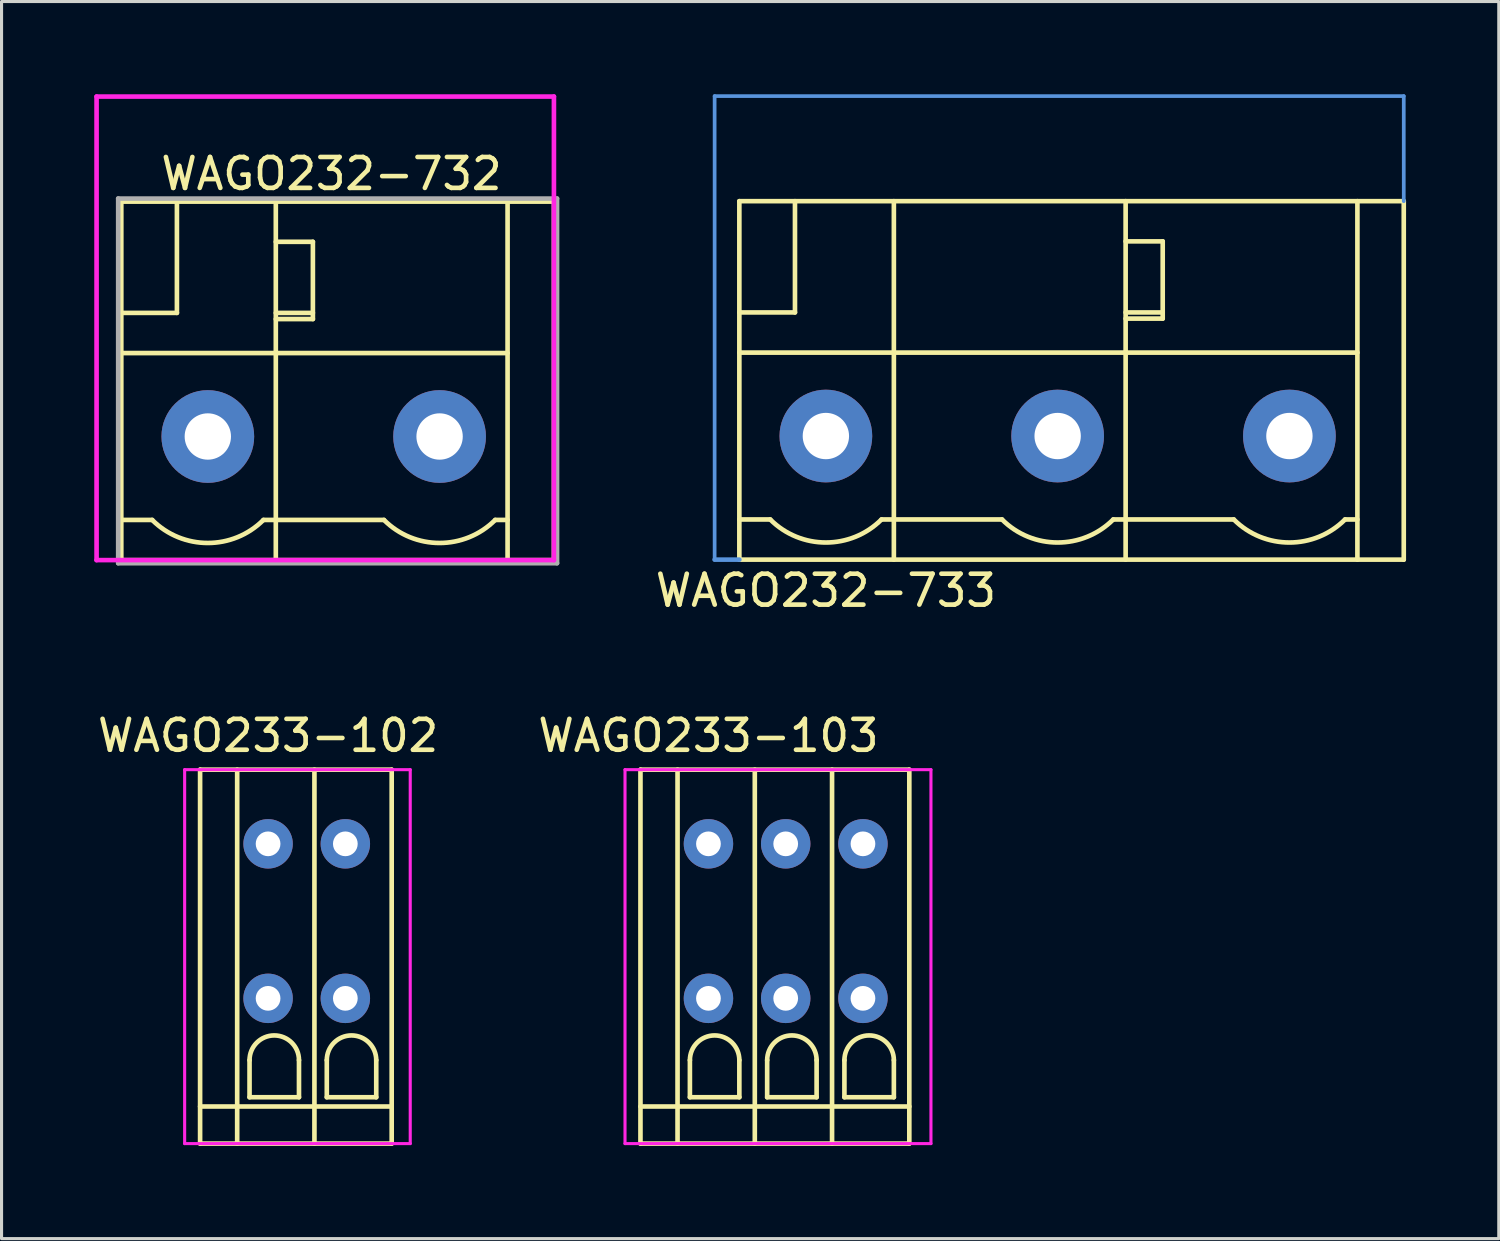
<source format=kicad_pcb>
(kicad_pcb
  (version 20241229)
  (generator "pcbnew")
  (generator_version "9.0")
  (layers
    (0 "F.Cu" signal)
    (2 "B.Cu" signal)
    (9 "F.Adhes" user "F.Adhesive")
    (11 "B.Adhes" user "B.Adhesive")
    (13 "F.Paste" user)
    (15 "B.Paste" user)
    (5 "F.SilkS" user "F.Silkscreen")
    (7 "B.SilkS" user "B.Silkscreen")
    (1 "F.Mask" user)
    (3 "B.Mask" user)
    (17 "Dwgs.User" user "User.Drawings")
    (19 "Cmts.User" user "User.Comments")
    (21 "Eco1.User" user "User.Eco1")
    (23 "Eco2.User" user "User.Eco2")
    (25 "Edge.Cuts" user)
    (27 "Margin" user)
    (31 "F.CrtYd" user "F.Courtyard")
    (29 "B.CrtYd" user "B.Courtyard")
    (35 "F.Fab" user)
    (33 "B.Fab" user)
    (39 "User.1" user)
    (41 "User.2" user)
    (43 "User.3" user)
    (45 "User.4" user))
  (footprint "WAGO233-102"
    (layer "F.Cu")
    (at 5.625 29.256)
    (property "Reference" "WAGO233-102" (at 0 -8.5 0) (layer "F.SilkS") (effects (font (size 1 1) (thickness 0.15))))
    (attr through_hole)
    (fp_line (start -2.2 -7.4) (end 4 -7.4) (stroke (width 0.15) (type solid)) (layer "F.SilkS"))
    (fp_line (start -2.2 3.5) (end 4 3.5) (stroke (width 0.15) (type solid)) (layer "F.SilkS"))
    (fp_line (start -2.2 4.7) (end -2.2 -7.4) (stroke (width 0.15) (type solid)) (layer "F.SilkS"))
    (fp_line (start -2.2 4.7) (end 4 4.7) (stroke (width 0.15) (type solid)) (layer "F.SilkS"))
    (fp_line (start -1 4.7) (end -1 -7.4) (stroke (width 0.15) (type solid)) (layer "F.SilkS"))
    (fp_line (start -0.6 3.2) (end -0.6 2) (stroke (width 0.15) (type solid)) (layer "F.SilkS"))
    (fp_line (start -0.6 3.2) (end 1 3.2) (stroke (width 0.15) (type solid)) (layer "F.SilkS"))
    (fp_line (start 1 3.2) (end 1 2) (stroke (width 0.15) (type solid)) (layer "F.SilkS"))
    (fp_line (start 1.5 4.7) (end 1.5 -7.4) (stroke (width 0.15) (type solid)) (layer "F.SilkS"))
    (fp_line (start 1.9 3.2) (end 1.9 2) (stroke (width 0.15) (type solid)) (layer "F.SilkS"))
    (fp_line (start 1.9 3.2) (end 3.5 3.2) (stroke (width 0.15) (type solid)) (layer "F.SilkS"))
    (fp_line (start 3.5 3.2) (end 3.5 2) (stroke (width 0.15) (type solid)) (layer "F.SilkS"))
    (fp_line (start 4 4.7) (end 4 -7.4) (stroke (width 0.15) (type solid)) (layer "F.SilkS"))
    (fp_arc (start -0.6 2) (mid 0.2 1.2) (end 1 2) (stroke (width 0.15) (type solid)) (layer "F.SilkS"))
    (fp_arc (start 1.9 2) (mid 2.7 1.2) (end 3.5 2) (stroke (width 0.15) (type solid)) (layer "F.SilkS"))
    (fp_line (start -2.7 -7.4) (end -2.7 4.7) (stroke (width 0.1) (type solid)) (layer "F.CrtYd"))
    (fp_line (start -2.7 -7.4) (end 4.6 -7.4) (stroke (width 0.1) (type solid)) (layer "F.CrtYd"))
    (fp_line (start -2.7 4.7) (end 4.6 4.7) (stroke (width 0.1) (type solid)) (layer "F.CrtYd"))
    (fp_line (start 4.6 -7.4) (end 4.6 4.7) (stroke (width 0.1) (type solid)) (layer "F.CrtYd"))
    (pad "1" thru_hole circle (at 0 -5) (size 1.6 1.6) (drill 0.8) (layers "*.Cu" "*.Mask"))
    (pad "1" thru_hole circle (at 0 0) (size 1.6 1.6) (drill 0.8) (layers "*.Cu" "*.Mask"))
    (pad "2" thru_hole circle (at 2.5 -5) (size 1.6 1.6) (drill 0.8) (layers "*.Cu" "*.Mask"))
    (pad "2" thru_hole circle (at 2.5 0) (size 1.6 1.6) (drill 0.8) (layers "*.Cu" "*.Mask")))
  (footprint "WAGO233-103"
    (layer "F.Cu")
    (at 19.875 29.256)
    (property "Reference" "WAGO233-103" (at 0 -8.5 0) (layer "F.SilkS") (effects (font (size 1 1) (thickness 0.15))))
    (attr through_hole)
    (fp_line (start -2.2 -7.4) (end 6.5 -7.4) (stroke (width 0.15) (type solid)) (layer "F.SilkS"))
    (fp_line (start -2.2 3.5) (end 6.5 3.5) (stroke (width 0.15) (type solid)) (layer "F.SilkS"))
    (fp_line (start -2.2 4.7) (end -2.2 -7.4) (stroke (width 0.15) (type solid)) (layer "F.SilkS"))
    (fp_line (start -2.2 4.7) (end 6.5 4.7) (stroke (width 0.15) (type solid)) (layer "F.SilkS"))
    (fp_line (start -1 4.7) (end -1 -7.4) (stroke (width 0.15) (type solid)) (layer "F.SilkS"))
    (fp_line (start -0.6 3.2) (end -0.6 2) (stroke (width 0.15) (type solid)) (layer "F.SilkS"))
    (fp_line (start -0.6 3.2) (end 1 3.2) (stroke (width 0.15) (type solid)) (layer "F.SilkS"))
    (fp_line (start 1 3.2) (end 1 2) (stroke (width 0.15) (type solid)) (layer "F.SilkS"))
    (fp_line (start 1.5 4.7) (end 1.5 -7.4) (stroke (width 0.15) (type solid)) (layer "F.SilkS"))
    (fp_line (start 1.9 3.2) (end 1.9 2) (stroke (width 0.15) (type solid)) (layer "F.SilkS"))
    (fp_line (start 1.9 3.2) (end 3.5 3.2) (stroke (width 0.15) (type solid)) (layer "F.SilkS"))
    (fp_line (start 3.5 3.2) (end 3.5 2) (stroke (width 0.15) (type solid)) (layer "F.SilkS"))
    (fp_line (start 4 4.7) (end 4 -7.4) (stroke (width 0.15) (type solid)) (layer "F.SilkS"))
    (fp_line (start 4.4 3.2) (end 4.4 2) (stroke (width 0.15) (type solid)) (layer "F.SilkS"))
    (fp_line (start 4.4 3.2) (end 6 3.2) (stroke (width 0.15) (type solid)) (layer "F.SilkS"))
    (fp_line (start 6 3.2) (end 6 2) (stroke (width 0.15) (type solid)) (layer "F.SilkS"))
    (fp_line (start 6.5 4.7) (end 6.5 -7.4) (stroke (width 0.15) (type solid)) (layer "F.SilkS"))
    (fp_arc (start -0.6 2) (mid 0.2 1.2) (end 1 2) (stroke (width 0.15) (type solid)) (layer "F.SilkS"))
    (fp_arc (start 1.9 2) (mid 2.7 1.2) (end 3.5 2) (stroke (width 0.15) (type solid)) (layer "F.SilkS"))
    (fp_arc (start 4.4 2) (mid 5.2 1.2) (end 6 2) (stroke (width 0.15) (type solid)) (layer "F.SilkS"))
    (fp_line (start -2.7 -7.4) (end -2.7 4.7) (stroke (width 0.1) (type solid)) (layer "F.CrtYd"))
    (fp_line (start -2.7 -7.4) (end 7.2 -7.4) (stroke (width 0.1) (type solid)) (layer "F.CrtYd"))
    (fp_line (start -2.7 4.7) (end 7.2 4.7) (stroke (width 0.1) (type solid)) (layer "F.CrtYd"))
    (fp_line (start 7.2 -7.4) (end 7.2 4.7) (stroke (width 0.1) (type solid)) (layer "F.CrtYd"))
    (pad "1" thru_hole circle (at 0 -5) (size 1.6 1.6) (drill 0.8) (layers "*.Cu" "*.Mask"))
    (pad "1" thru_hole circle (at 0 0) (size 1.6 1.6) (drill 0.8) (layers "*.Cu" "*.Mask"))
    (pad "2" thru_hole circle (at 2.5 -5) (size 1.6 1.6) (drill 0.8) (layers "*.Cu" "*.Mask"))
    (pad "2" thru_hole circle (at 2.5 0) (size 1.6 1.6) (drill 0.8) (layers "*.Cu" "*.Mask"))
    (pad "3" thru_hole circle (at 5 -5) (size 1.6 1.6) (drill 0.8) (layers "*.Cu" "*.Mask"))
    (pad "3" thru_hole circle (at 5 0) (size 1.6 1.6) (drill 0.8) (layers "*.Cu" "*.Mask")))
  (footprint "WAGO232-732"
    (layer "F.Cu")
    (at 3.675 11.075)
    (property "Reference" "WAGO232-732" (at 4 -8.5 0) (layer "F.SilkS") (effects (font (size 1 1) (thickness 0.15))))
    (attr through_hole)
    (fp_line (start -2.8 -7.6) (end -2.8 4) (stroke (width 0.15) (type solid)) (layer "F.SilkS"))
    (fp_line (start -2.8 -7.6) (end 11.2 -7.6) (stroke (width 0.15) (type solid)) (layer "F.SilkS"))
    (fp_line (start -2.8 -4) (end -1 -4) (stroke (width 0.15) (type solid)) (layer "F.SilkS"))
    (fp_line (start -2.8 -2.7) (end 9.7 -2.7) (stroke (width 0.15) (type solid)) (layer "F.SilkS"))
    (fp_line (start -2.8 2.7) (end -1.8 2.7) (stroke (width 0.15) (type solid)) (layer "F.SilkS"))
    (fp_line (start -1 -4) (end -1 -7.6) (stroke (width 0.15) (type solid)) (layer "F.SilkS"))
    (fp_line (start 1.8 2.7) (end 5.7 2.7) (stroke (width 0.15) (type solid)) (layer "F.SilkS"))
    (fp_line (start 2.2 -7.6) (end 2.2 4) (stroke (width 0.15) (type solid)) (layer "F.SilkS"))
    (fp_line (start 2.2 -6.3) (end 3.4 -6.3) (stroke (width 0.15) (type solid)) (layer "F.SilkS"))
    (fp_line (start 2.2 -4) (end 3.4 -4) (stroke (width 0.15) (type solid)) (layer "F.SilkS"))
    (fp_line (start 2.2 -3.8) (end 3.4 -3.8) (stroke (width 0.15) (type solid)) (layer "F.SilkS"))
    (fp_line (start 3.4 -3.8) (end 3.4 -6.3) (stroke (width 0.15) (type solid)) (layer "F.SilkS"))
    (fp_line (start 9.3 2.7) (end 9.7 2.7) (stroke (width 0.15) (type solid)) (layer "F.SilkS"))
    (fp_line (start 9.7 4) (end 9.7 -7.6) (stroke (width 0.15) (type solid)) (layer "F.SilkS"))
    (fp_line (start 11.2 4) (end -2.8 4) (stroke (width 0.15) (type solid)) (layer "F.SilkS"))
    (fp_line (start 11.2 4) (end 11.2 -7.6) (stroke (width 0.15) (type solid)) (layer "F.SilkS"))
    (fp_arc (start 1.8 2.7) (mid 0 3.445584) (end -1.8 2.7) (stroke (width 0.15) (type solid)) (layer "F.SilkS"))
    (fp_arc (start 9.3 2.7) (mid 7.5 3.445584) (end 5.7 2.7) (stroke (width 0.15) (type solid)) (layer "F.SilkS"))
    (fp_line (start -3.6 -11) (end 11.2 -11) (stroke (width 0.15) (type solid)) (layer "F.CrtYd"))
    (fp_line (start -3.6 4) (end -3.6 -11) (stroke (width 0.15) (type solid)) (layer "F.CrtYd"))
    (fp_line (start -3.6 4) (end 11.2 4) (stroke (width 0.15) (type solid)) (layer "F.CrtYd"))
    (fp_line (start 11.2 -11) (end 11.2 4) (stroke (width 0.15) (type solid)) (layer "F.CrtYd"))
    (fp_line (start -2.9 -7.7) (end 11.3 -7.7) (stroke (width 0.15) (type solid)) (layer "F.Fab"))
    (fp_line (start -2.9 4.1) (end -2.9 -7.7) (stroke (width 0.15) (type solid)) (layer "F.Fab"))
    (fp_line (start 11.3 -7.7) (end 11.3 4.1) (stroke (width 0.15) (type solid)) (layer "F.Fab"))
    (fp_line (start 11.3 4.1) (end -2.9 4.1) (stroke (width 0.15) (type solid)) (layer "F.Fab"))
    (pad "1" thru_hole circle (at 0 0) (size 3 3) (drill 1.5) (layers "*.Cu" "*.Mask"))
    (pad "2" thru_hole circle (at 7.5 0) (size 3 3) (drill 1.5) (layers "*.Cu" "*.Mask")))
  (footprint "WAGO232-733"
    (layer "F.Cu")
    (at 23.675 11.06)
    (property "Reference" "WAGO232-733" (at 0 5 0) (layer "F.SilkS") (effects (font (size 1 1) (thickness 0.15))))
    (attr through_hole)
    (fp_line (start -2.8 -7.6) (end -2.8 4) (stroke (width 0.15) (type solid)) (layer "F.SilkS"))
    (fp_line (start -2.8 -7.6) (end 18.7 -7.6) (stroke (width 0.15) (type solid)) (layer "F.SilkS"))
    (fp_line (start -2.8 -4) (end -1 -4) (stroke (width 0.15) (type solid)) (layer "F.SilkS"))
    (fp_line (start -2.8 -2.7) (end 17.2 -2.7) (stroke (width 0.15) (type solid)) (layer "F.SilkS"))
    (fp_line (start -2.8 2.7) (end -1.8 2.7) (stroke (width 0.15) (type solid)) (layer "F.SilkS"))
    (fp_line (start -1 -4) (end -1 -7.6) (stroke (width 0.15) (type solid)) (layer "F.SilkS"))
    (fp_line (start 1.8 2.7) (end 5.7 2.7) (stroke (width 0.15) (type solid)) (layer "F.SilkS"))
    (fp_line (start 2.2 -7.6) (end 2.2 4) (stroke (width 0.15) (type solid)) (layer "F.SilkS"))
    (fp_line (start 9.3 2.7) (end 13.2 2.7) (stroke (width 0.15) (type solid)) (layer "F.SilkS"))
    (fp_line (start 9.7 -6.3) (end 10.9 -6.3) (stroke (width 0.15) (type solid)) (layer "F.SilkS"))
    (fp_line (start 9.7 -4) (end 10.9 -4) (stroke (width 0.15) (type solid)) (layer "F.SilkS"))
    (fp_line (start 9.7 -3.8) (end 10.9 -3.8) (stroke (width 0.15) (type solid)) (layer "F.SilkS"))
    (fp_line (start 9.7 4) (end 9.7 -7.6) (stroke (width 0.15) (type solid)) (layer "F.SilkS"))
    (fp_line (start 10.9 -3.8) (end 10.9 -6.3) (stroke (width 0.15) (type solid)) (layer "F.SilkS"))
    (fp_line (start 16.8 2.7) (end 17.2 2.7) (stroke (width 0.15) (type solid)) (layer "F.SilkS"))
    (fp_line (start 17.2 4) (end 17.2 -7.6) (stroke (width 0.15) (type solid)) (layer "F.SilkS"))
    (fp_line (start 18.7 4) (end -2.8 4) (stroke (width 0.15) (type solid)) (layer "F.SilkS"))
    (fp_line (start 18.7 4) (end 18.7 -7.6) (stroke (width 0.15) (type solid)) (layer "F.SilkS"))
    (fp_arc (start 1.8 2.7) (mid 0 3.445584) (end -1.8 2.7) (stroke (width 0.15) (type solid)) (layer "F.SilkS"))
    (fp_arc (start 9.3 2.7) (mid 7.5 3.445584) (end 5.7 2.7) (stroke (width 0.15) (type solid)) (layer "F.SilkS"))
    (fp_arc (start 16.8 2.7) (mid 15 3.445584) (end 13.2 2.7) (stroke (width 0.15) (type solid)) (layer "F.SilkS"))
    (fp_line (start -3.6 -11) (end 18.7 -11) (stroke (width 0.12) (type solid)) (layer "Cmts.User"))
    (fp_line (start -3.6 4) (end -3.6 -11) (stroke (width 0.12) (type solid)) (layer "Cmts.User"))
    (fp_line (start -3.6 4) (end -2.8 4) (stroke (width 0.15) (type solid)) (layer "Cmts.User"))
    (fp_line (start 18.7 -11) (end 18.7 -7.6) (stroke (width 0.12) (type solid)) (layer "Cmts.User"))
    (pad "1" thru_hole circle (at 0 0) (size 3 3) (drill 1.5) (layers "*.Cu" "*.Mask"))
    (pad "2" thru_hole circle (at 7.5 0) (size 3 3) (drill 1.5) (layers "*.Cu" "*.Mask"))
    (pad "3" thru_hole circle (at 15 0) (size 3 3) (drill 1.5) (layers "*.Cu" "*.Mask")))
  (gr_rect
    (start -3 -3)
    (end 45.45 37.032)
    (stroke (width 0.1) (type default))
    (fill no)
    (layer "Edge.Cuts")))
</source>
